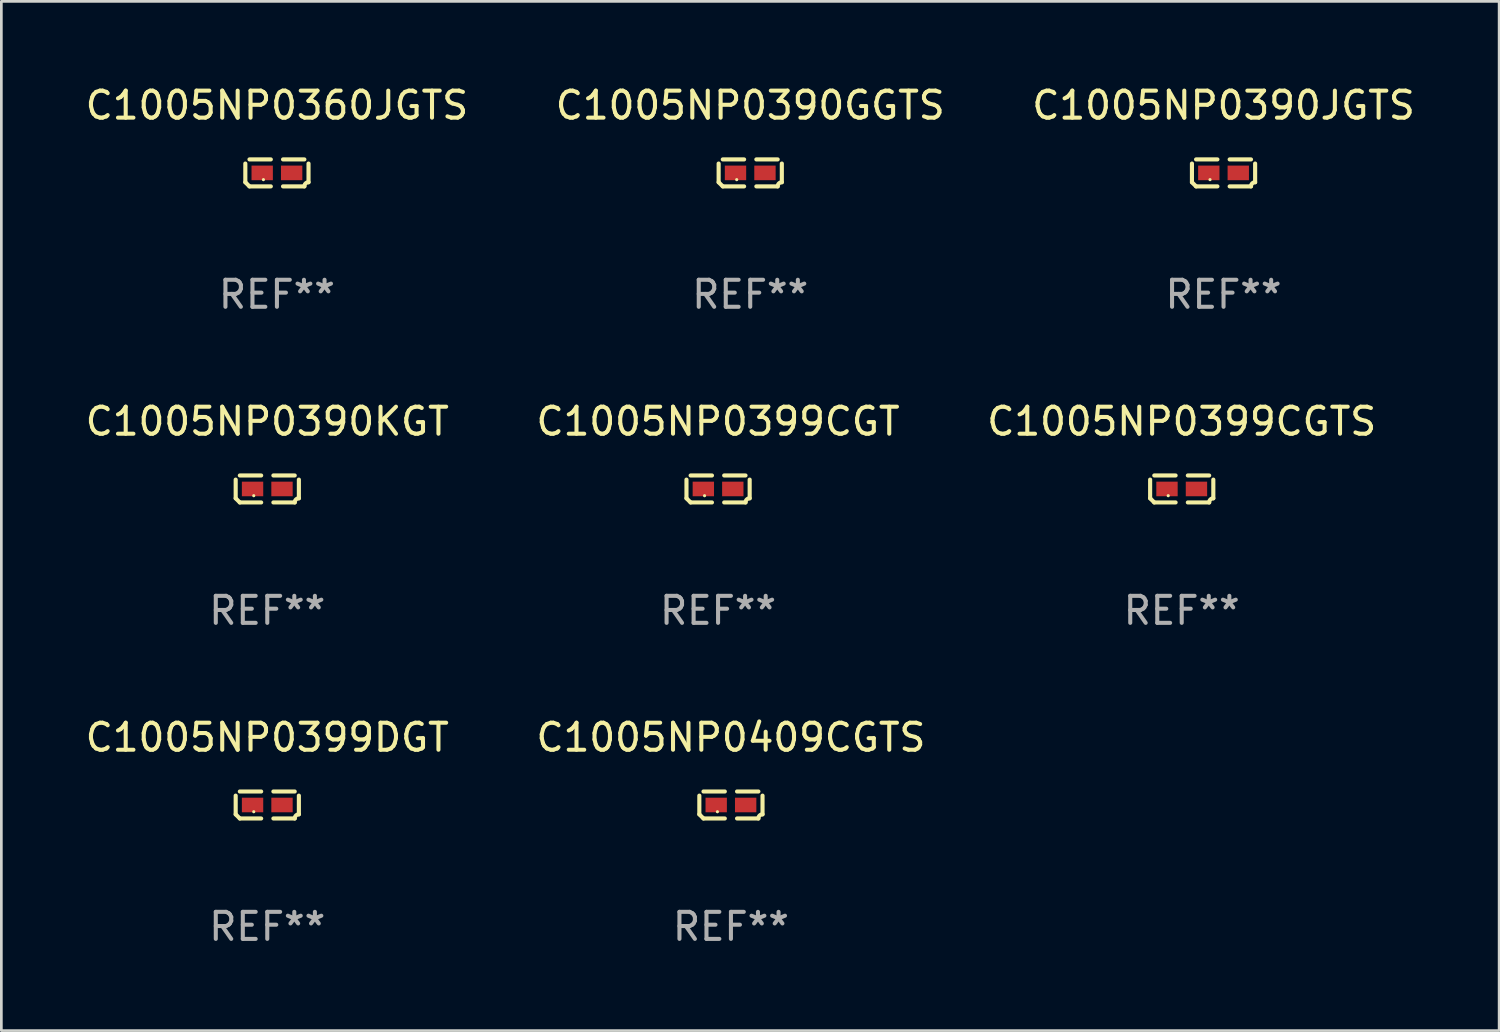
<source format=kicad_pcb>
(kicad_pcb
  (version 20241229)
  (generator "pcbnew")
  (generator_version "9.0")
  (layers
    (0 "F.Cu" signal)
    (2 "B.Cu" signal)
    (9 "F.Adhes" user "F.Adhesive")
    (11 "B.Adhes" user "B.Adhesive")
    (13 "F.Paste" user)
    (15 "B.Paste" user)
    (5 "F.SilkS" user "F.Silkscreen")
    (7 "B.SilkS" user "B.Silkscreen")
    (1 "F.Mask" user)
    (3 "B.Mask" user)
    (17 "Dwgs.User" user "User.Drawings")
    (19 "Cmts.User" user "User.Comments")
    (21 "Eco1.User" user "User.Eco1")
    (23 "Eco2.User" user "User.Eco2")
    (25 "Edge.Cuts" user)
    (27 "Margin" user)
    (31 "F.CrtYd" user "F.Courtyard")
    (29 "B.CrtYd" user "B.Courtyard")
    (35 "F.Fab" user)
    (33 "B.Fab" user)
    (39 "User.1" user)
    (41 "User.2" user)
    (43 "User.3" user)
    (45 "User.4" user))
  (footprint "C1005NP0409CGTS"
    (layer "F.Cu")
    (at 23.994 26.734)
    (property "Reference" "C1005NP0409CGTS" (at 0 -2.499 0) (layer "F.SilkS") (effects (font (size 1 1) (thickness 0.15))))
    (attr through_hole)
    (fp_line (start -1.169 0.346) (end -1.169 -0.346) (stroke (width 0.152) (type solid)) (layer "F.SilkS"))
    (fp_line (start -1.016 -0.499) (end -0.226 -0.499) (stroke (width 0.152) (type solid)) (layer "F.SilkS"))
    (fp_line (start -0.226 0.499) (end -1.016 0.499) (stroke (width 0.152) (type solid)) (layer "F.SilkS"))
    (fp_line (start 0.226 0.499) (end 1.016 0.499) (stroke (width 0.152) (type solid)) (layer "F.SilkS"))
    (fp_line (start 1.016 -0.499) (end 0.226 -0.499) (stroke (width 0.152) (type solid)) (layer "F.SilkS"))
    (fp_line (start 1.169 0.346) (end 1.169 -0.346) (stroke (width 0.152) (type solid)) (layer "F.SilkS"))
    (fp_arc (start -1.016307 0.498603) (mid -1.092512 0.422405) (end -1.16871 0.3462) (stroke (width 0.1524) (type solid)) (layer "F.SilkS"))
    (fp_arc (start 1.016307 0.498603) (mid 1.060899 0.390758) (end 1.168707 0.346076) (stroke (width 0.1524) (type solid)) (layer "F.SilkS"))
    (fp_circle (center -0.5 0.25) (end -0.47 0.25) (stroke (width 0.06) (type solid)) (fill no) (layer "F.SilkS"))
    (fp_text user "REF**" (at 0 4.499 0) (layer "F.Fab") (effects (font (size 1 1) (thickness 0.15))))
    (pad "1" smd rect (at -0.545 0) (size 0.79 0.54) (layers "F.Cu" "F.Mask" "F.Paste"))
    (pad "2" smd rect (at 0.545 0) (size 0.79 0.54) (layers "F.Cu" "F.Mask" "F.Paste")))
  (footprint "C1005NP0390GGTS"
    (layer "F.Cu")
    (at 24.708 3.347)
    (property "Reference" "C1005NP0390GGTS" (at 0 -2.499 0) (layer "F.SilkS") (effects (font (size 1 1) (thickness 0.15))))
    (attr through_hole)
    (fp_line (start -1.169 0.346) (end -1.169 -0.346) (stroke (width 0.152) (type solid)) (layer "F.SilkS"))
    (fp_line (start -1.016 -0.499) (end -0.226 -0.499) (stroke (width 0.152) (type solid)) (layer "F.SilkS"))
    (fp_line (start -0.226 0.499) (end -1.016 0.499) (stroke (width 0.152) (type solid)) (layer "F.SilkS"))
    (fp_line (start 0.226 0.499) (end 1.016 0.499) (stroke (width 0.152) (type solid)) (layer "F.SilkS"))
    (fp_line (start 1.016 -0.499) (end 0.226 -0.499) (stroke (width 0.152) (type solid)) (layer "F.SilkS"))
    (fp_line (start 1.169 0.346) (end 1.169 -0.346) (stroke (width 0.152) (type solid)) (layer "F.SilkS"))
    (fp_arc (start -1.016307 0.498603) (mid -1.092512 0.422405) (end -1.16871 0.3462) (stroke (width 0.1524) (type solid)) (layer "F.SilkS"))
    (fp_arc (start 1.016307 0.498603) (mid 1.060899 0.390758) (end 1.168707 0.346076) (stroke (width 0.1524) (type solid)) (layer "F.SilkS"))
    (fp_circle (center -0.5 0.25) (end -0.47 0.25) (stroke (width 0.06) (type solid)) (fill no) (layer "F.SilkS"))
    (fp_text user "REF**" (at 0 4.499 0) (layer "F.Fab") (effects (font (size 1 1) (thickness 0.15))))
    (pad "1" smd rect (at -0.545 0) (size 0.79 0.54) (layers "F.Cu" "F.Mask" "F.Paste"))
    (pad "2" smd rect (at 0.545 0) (size 0.79 0.54) (layers "F.Cu" "F.Mask" "F.Paste")))
  (footprint "C1005NP0399CGTS"
    (layer "F.Cu")
    (at 40.673 15.041)
    (property "Reference" "C1005NP0399CGTS" (at 0 -2.499 0) (layer "F.SilkS") (effects (font (size 1 1) (thickness 0.15))))
    (attr through_hole)
    (fp_line (start -1.169 0.346) (end -1.169 -0.346) (stroke (width 0.152) (type solid)) (layer "F.SilkS"))
    (fp_line (start -1.016 -0.499) (end -0.226 -0.499) (stroke (width 0.152) (type solid)) (layer "F.SilkS"))
    (fp_line (start -0.226 0.499) (end -1.016 0.499) (stroke (width 0.152) (type solid)) (layer "F.SilkS"))
    (fp_line (start 0.226 0.499) (end 1.016 0.499) (stroke (width 0.152) (type solid)) (layer "F.SilkS"))
    (fp_line (start 1.016 -0.499) (end 0.226 -0.499) (stroke (width 0.152) (type solid)) (layer "F.SilkS"))
    (fp_line (start 1.169 0.346) (end 1.169 -0.346) (stroke (width 0.152) (type solid)) (layer "F.SilkS"))
    (fp_arc (start -1.016307 0.498603) (mid -1.092512 0.422405) (end -1.16871 0.3462) (stroke (width 0.1524) (type solid)) (layer "F.SilkS"))
    (fp_arc (start 1.016307 0.498603) (mid 1.060899 0.390758) (end 1.168707 0.346076) (stroke (width 0.1524) (type solid)) (layer "F.SilkS"))
    (fp_circle (center -0.5 0.25) (end -0.47 0.25) (stroke (width 0.06) (type solid)) (fill no) (layer "F.SilkS"))
    (fp_text user "REF**" (at 0 4.499 0) (layer "F.Fab") (effects (font (size 1 1) (thickness 0.15))))
    (pad "1" smd rect (at -0.545 0) (size 0.79 0.54) (layers "F.Cu" "F.Mask" "F.Paste"))
    (pad "2" smd rect (at 0.545 0) (size 0.79 0.54) (layers "F.Cu" "F.Mask" "F.Paste")))
  (footprint "C1005NP0399DGT"
    (layer "F.Cu")
    (at 6.839 26.734)
    (property "Reference" "C1005NP0399DGT" (at 0 -2.499 0) (layer "F.SilkS") (effects (font (size 1 1) (thickness 0.15))))
    (attr through_hole)
    (fp_line (start -1.169 0.346) (end -1.169 -0.346) (stroke (width 0.152) (type solid)) (layer "F.SilkS"))
    (fp_line (start -1.016 -0.499) (end -0.226 -0.499) (stroke (width 0.152) (type solid)) (layer "F.SilkS"))
    (fp_line (start -0.226 0.499) (end -1.016 0.499) (stroke (width 0.152) (type solid)) (layer "F.SilkS"))
    (fp_line (start 0.226 0.499) (end 1.016 0.499) (stroke (width 0.152) (type solid)) (layer "F.SilkS"))
    (fp_line (start 1.016 -0.499) (end 0.226 -0.499) (stroke (width 0.152) (type solid)) (layer "F.SilkS"))
    (fp_line (start 1.169 0.346) (end 1.169 -0.346) (stroke (width 0.152) (type solid)) (layer "F.SilkS"))
    (fp_arc (start -1.016307 0.498603) (mid -1.092512 0.422405) (end -1.16871 0.3462) (stroke (width 0.1524) (type solid)) (layer "F.SilkS"))
    (fp_arc (start 1.016307 0.498603) (mid 1.060899 0.390758) (end 1.168707 0.346076) (stroke (width 0.1524) (type solid)) (layer "F.SilkS"))
    (fp_circle (center -0.5 0.25) (end -0.47 0.25) (stroke (width 0.06) (type solid)) (fill no) (layer "F.SilkS"))
    (fp_text user "REF**" (at 0 4.499 0) (layer "F.Fab") (effects (font (size 1 1) (thickness 0.15))))
    (pad "1" smd rect (at -0.545 0) (size 0.79 0.54) (layers "F.Cu" "F.Mask" "F.Paste"))
    (pad "2" smd rect (at 0.545 0) (size 0.79 0.54) (layers "F.Cu" "F.Mask" "F.Paste")))
  (footprint "C1005NP0360JGTS"
    (layer "F.Cu")
    (at 7.196 3.347)
    (property "Reference" "C1005NP0360JGTS" (at 0 -2.499 0) (layer "F.SilkS") (effects (font (size 1 1) (thickness 0.15))))
    (attr through_hole)
    (fp_line (start -1.169 0.346) (end -1.169 -0.346) (stroke (width 0.152) (type solid)) (layer "F.SilkS"))
    (fp_line (start -1.016 -0.499) (end -0.226 -0.499) (stroke (width 0.152) (type solid)) (layer "F.SilkS"))
    (fp_line (start -0.226 0.499) (end -1.016 0.499) (stroke (width 0.152) (type solid)) (layer "F.SilkS"))
    (fp_line (start 0.226 0.499) (end 1.016 0.499) (stroke (width 0.152) (type solid)) (layer "F.SilkS"))
    (fp_line (start 1.016 -0.499) (end 0.226 -0.499) (stroke (width 0.152) (type solid)) (layer "F.SilkS"))
    (fp_line (start 1.169 0.346) (end 1.169 -0.346) (stroke (width 0.152) (type solid)) (layer "F.SilkS"))
    (fp_arc (start -1.016307 0.498603) (mid -1.092512 0.422405) (end -1.16871 0.3462) (stroke (width 0.1524) (type solid)) (layer "F.SilkS"))
    (fp_arc (start 1.016307 0.498603) (mid 1.060899 0.390758) (end 1.168707 0.346076) (stroke (width 0.1524) (type solid)) (layer "F.SilkS"))
    (fp_circle (center -0.5 0.25) (end -0.47 0.25) (stroke (width 0.06) (type solid)) (fill no) (layer "F.SilkS"))
    (fp_text user "REF**" (at 0 4.499 0) (layer "F.Fab") (effects (font (size 1 1) (thickness 0.15))))
    (pad "1" smd rect (at -0.545 0) (size 0.79 0.54) (layers "F.Cu" "F.Mask" "F.Paste"))
    (pad "2" smd rect (at 0.545 0) (size 0.79 0.54) (layers "F.Cu" "F.Mask" "F.Paste")))
  (footprint "C1005NP0399CGT"
    (layer "F.Cu")
    (at 23.518 15.041)
    (property "Reference" "C1005NP0399CGT" (at 0 -2.499 0) (layer "F.SilkS") (effects (font (size 1 1) (thickness 0.15))))
    (attr through_hole)
    (fp_line (start -1.169 0.346) (end -1.169 -0.346) (stroke (width 0.152) (type solid)) (layer "F.SilkS"))
    (fp_line (start -1.016 -0.499) (end -0.226 -0.499) (stroke (width 0.152) (type solid)) (layer "F.SilkS"))
    (fp_line (start -0.226 0.499) (end -1.016 0.499) (stroke (width 0.152) (type solid)) (layer "F.SilkS"))
    (fp_line (start 0.226 0.499) (end 1.016 0.499) (stroke (width 0.152) (type solid)) (layer "F.SilkS"))
    (fp_line (start 1.016 -0.499) (end 0.226 -0.499) (stroke (width 0.152) (type solid)) (layer "F.SilkS"))
    (fp_line (start 1.169 0.346) (end 1.169 -0.346) (stroke (width 0.152) (type solid)) (layer "F.SilkS"))
    (fp_arc (start -1.016307 0.498603) (mid -1.092512 0.422405) (end -1.16871 0.3462) (stroke (width 0.1524) (type solid)) (layer "F.SilkS"))
    (fp_arc (start 1.016307 0.498603) (mid 1.060899 0.390758) (end 1.168707 0.346076) (stroke (width 0.1524) (type solid)) (layer "F.SilkS"))
    (fp_circle (center -0.5 0.25) (end -0.47 0.25) (stroke (width 0.06) (type solid)) (fill no) (layer "F.SilkS"))
    (fp_text user "REF**" (at 0 4.499 0) (layer "F.Fab") (effects (font (size 1 1) (thickness 0.15))))
    (pad "1" smd rect (at -0.545 0) (size 0.79 0.54) (layers "F.Cu" "F.Mask" "F.Paste"))
    (pad "2" smd rect (at 0.545 0) (size 0.79 0.54) (layers "F.Cu" "F.Mask" "F.Paste")))
  (footprint "C1005NP0390KGT"
    (layer "F.Cu")
    (at 6.839 15.041)
    (property "Reference" "C1005NP0390KGT" (at 0 -2.499 0) (layer "F.SilkS") (effects (font (size 1 1) (thickness 0.15))))
    (attr through_hole)
    (fp_line (start -1.169 0.346) (end -1.169 -0.346) (stroke (width 0.152) (type solid)) (layer "F.SilkS"))
    (fp_line (start -1.016 -0.499) (end -0.226 -0.499) (stroke (width 0.152) (type solid)) (layer "F.SilkS"))
    (fp_line (start -0.226 0.499) (end -1.016 0.499) (stroke (width 0.152) (type solid)) (layer "F.SilkS"))
    (fp_line (start 0.226 0.499) (end 1.016 0.499) (stroke (width 0.152) (type solid)) (layer "F.SilkS"))
    (fp_line (start 1.016 -0.499) (end 0.226 -0.499) (stroke (width 0.152) (type solid)) (layer "F.SilkS"))
    (fp_line (start 1.169 0.346) (end 1.169 -0.346) (stroke (width 0.152) (type solid)) (layer "F.SilkS"))
    (fp_arc (start -1.016307 0.498603) (mid -1.092512 0.422405) (end -1.16871 0.3462) (stroke (width 0.1524) (type solid)) (layer "F.SilkS"))
    (fp_arc (start 1.016307 0.498603) (mid 1.060899 0.390758) (end 1.168707 0.346076) (stroke (width 0.1524) (type solid)) (layer "F.SilkS"))
    (fp_circle (center -0.5 0.25) (end -0.47 0.25) (stroke (width 0.06) (type solid)) (fill no) (layer "F.SilkS"))
    (fp_text user "REF**" (at 0 4.499 0) (layer "F.Fab") (effects (font (size 1 1) (thickness 0.15))))
    (pad "1" smd rect (at -0.545 0) (size 0.79 0.54) (layers "F.Cu" "F.Mask" "F.Paste"))
    (pad "2" smd rect (at 0.545 0) (size 0.79 0.54) (layers "F.Cu" "F.Mask" "F.Paste")))
  (footprint "C1005NP0390JGTS"
    (layer "F.Cu")
    (at 42.22 3.347)
    (property "Reference" "C1005NP0390JGTS" (at 0 -2.499 0) (layer "F.SilkS") (effects (font (size 1 1) (thickness 0.15))))
    (attr through_hole)
    (fp_line (start -1.169 0.346) (end -1.169 -0.346) (stroke (width 0.152) (type solid)) (layer "F.SilkS"))
    (fp_line (start -1.016 -0.499) (end -0.226 -0.499) (stroke (width 0.152) (type solid)) (layer "F.SilkS"))
    (fp_line (start -0.226 0.499) (end -1.016 0.499) (stroke (width 0.152) (type solid)) (layer "F.SilkS"))
    (fp_line (start 0.226 0.499) (end 1.016 0.499) (stroke (width 0.152) (type solid)) (layer "F.SilkS"))
    (fp_line (start 1.016 -0.499) (end 0.226 -0.499) (stroke (width 0.152) (type solid)) (layer "F.SilkS"))
    (fp_line (start 1.169 0.346) (end 1.169 -0.346) (stroke (width 0.152) (type solid)) (layer "F.SilkS"))
    (fp_arc (start -1.016307 0.498603) (mid -1.092512 0.422405) (end -1.16871 0.3462) (stroke (width 0.1524) (type solid)) (layer "F.SilkS"))
    (fp_arc (start 1.016307 0.498603) (mid 1.060899 0.390758) (end 1.168707 0.346076) (stroke (width 0.1524) (type solid)) (layer "F.SilkS"))
    (fp_circle (center -0.5 0.25) (end -0.47 0.25) (stroke (width 0.06) (type solid)) (fill no) (layer "F.SilkS"))
    (fp_text user "REF**" (at 0 4.499 0) (layer "F.Fab") (effects (font (size 1 1) (thickness 0.15))))
    (pad "1" smd rect (at -0.545 0) (size 0.79 0.54) (layers "F.Cu" "F.Mask" "F.Paste"))
    (pad "2" smd rect (at 0.545 0) (size 0.79 0.54) (layers "F.Cu" "F.Mask" "F.Paste")))
  (gr_rect
    (start -3 -3)
    (end 52.417 35.081)
    (stroke (width 0.1) (type default))
    (fill no)
    (layer "Edge.Cuts")))
</source>
